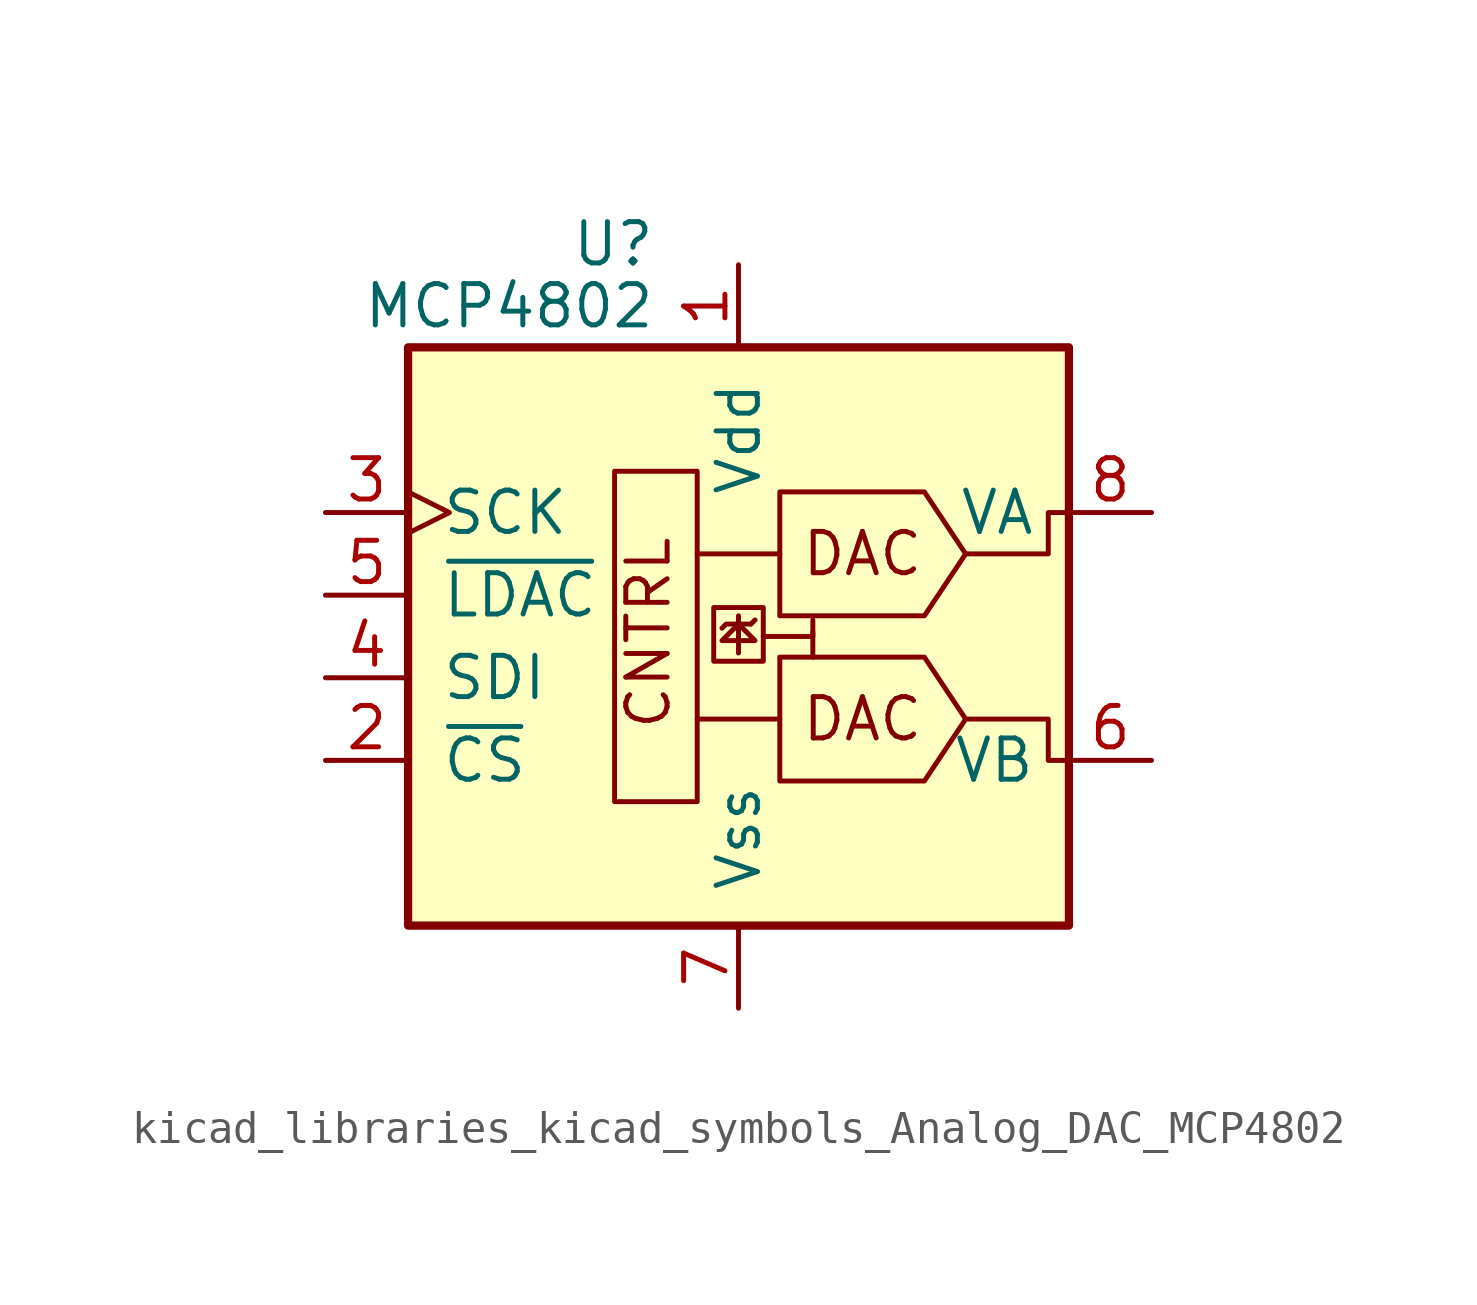
<source format=kicad_sym>
(kicad_symbol_lib
  (version 20220914)
  (generator kicad_symbol_editor)
  (symbol "kicad_libraries_kicad_symbols_Analog_DAC_MCP4802"
    (pin_names
      (offset 1.016))
    (property "Reference" "U"
      (at -2.54 10.795 0)
      (effects (font (size 1.27 1.27)) (justify right)))
    (property "Value" "MCP4802"
      (at -2.54 8.89 0)
      (effects (font (size 1.27 1.27)) (justify right)))
    (symbol "kicad_libraries_kicad_symbols_Analog_DAC_MCP4802_0_0"
      (polyline (pts (xy 0 -1.778) (xy 0 -0.635)) (stroke (width 0) (type default)) (fill (type none)))
      (polyline (pts (xy 0.381 -0.889) (xy 0.508 -0.762)) (stroke (width 0) (type default)) (fill (type none)))
      (polyline (pts (xy 2.286 -1.143) (xy 2.286 -1.905)) (stroke (width 0) (type default)) (fill (type none)))
      (polyline (pts (xy 0.381 -0.889) (xy -0.381 -0.889) (xy -0.508 -1.016)) (stroke (width 0) (type default)) (fill (type none)))
      (polyline (pts (xy 0.762 -1.27) (xy 2.286 -1.27) (xy 2.286 -0.762)) (stroke (width 0) (type default)) (fill (type none)))
      (polyline (pts (xy 0 -0.889) (xy 0.508 -1.397) (xy -0.508 -1.397) (xy 0 -0.889)) (stroke (width 0) (type default)) (fill (type none)))
      (polyline (pts (xy 6.985 -3.81) (xy 9.525 -3.81) (xy 9.525 -5.08) (xy 10.16 -5.08)) (stroke (width 0) (type default)) (fill (type none)))
      (polyline (pts (xy 6.985 1.27) (xy 9.525 1.27) (xy 9.525 2.54) (xy 10.16 2.54)) (stroke (width 0) (type default)) (fill (type none)))
      (rectangle (start 0.762 -0.381) (end -0.762 -2.032) (stroke (width 0) (type default)) (fill (type none)))
      (text "CNTRL" (at -2.032 -4.191 900) (effects (font (size 1.27 1.27)) (justify left bottom)))
      (text "DAC" (at 3.81 -3.81 0) (effects (font (size 1.27 1.27))))
      (text "DAC" (at 3.81 1.27 0) (effects (font (size 1.27 1.27)))))
    (symbol "kicad_libraries_kicad_symbols_Analog_DAC_MCP4802_0_1"
      (rectangle (start -10.16 7.62) (end 10.16 -10.16) (stroke (width 0.254) (type default)) (fill (type background)))
      (rectangle (start -1.27 -6.35) (end -3.81 3.81) (stroke (width 0) (type default)) (fill (type none)))
      (polyline (pts (xy 1.27 -3.81) (xy -1.27 -3.81)) (stroke (width 0) (type default)) (fill (type none)))
      (polyline (pts (xy 1.27 1.27) (xy -1.27 1.27)) (stroke (width 0) (type default)) (fill (type none)))
      (polyline (pts (xy 6.985 -3.81) (xy 5.715 -1.905) (xy 1.27 -1.905) (xy 1.27 -5.715) (xy 5.715 -5.715) (xy 6.985 -3.81)) (stroke (width 0) (type default)) (fill (type none)))
      (polyline (pts (xy 6.985 1.27) (xy 5.715 3.175) (xy 1.27 3.175) (xy 1.27 -0.635) (xy 5.715 -0.635) (xy 6.985 1.27)) (stroke (width 0) (type default)) (fill (type none))))
    (symbol "kicad_libraries_kicad_symbols_Analog_DAC_MCP4802_1_1"
      (pin power_in line (at 0 10.16 270) (length 2.54) (name "Vdd" (effects (font (size 1.27 1.27)))) (number "1" (effects (font (size 1.27 1.27)))))
      (pin input line (at -12.7 -5.08 0) (length 2.54) (name "~{CS}" (effects (font (size 1.27 1.27)))) (number "2" (effects (font (size 1.27 1.27)))))
      (pin input clock (at -12.7 2.54 0) (length 2.54) (name "SCK" (effects (font (size 1.27 1.27)))) (number "3" (effects (font (size 1.27 1.27)))))
      (pin input line (at -12.7 -2.54 0) (length 2.54) (name "SDI" (effects (font (size 1.27 1.27)))) (number "4" (effects (font (size 1.27 1.27)))))
      (pin input line (at -12.7 0 0) (length 2.54) (name "~{LDAC}" (effects (font (size 1.27 1.27)))) (number "5" (effects (font (size 1.27 1.27)))))
      (pin output line (at 12.7 -5.08 180) (length 2.54) (name "VB" (effects (font (size 1.27 1.27)))) (number "6" (effects (font (size 1.27 1.27)))))
      (pin power_in line (at 0 -12.7 90) (length 2.54) (name "Vss" (effects (font (size 1.27 1.27)))) (number "7" (effects (font (size 1.27 1.27)))))
      (pin output line (at 12.7 2.54 180) (length 2.54) (name "VA" (effects (font (size 1.27 1.27)))) (number "8" (effects (font (size 1.27 1.27))))))))
</source>
